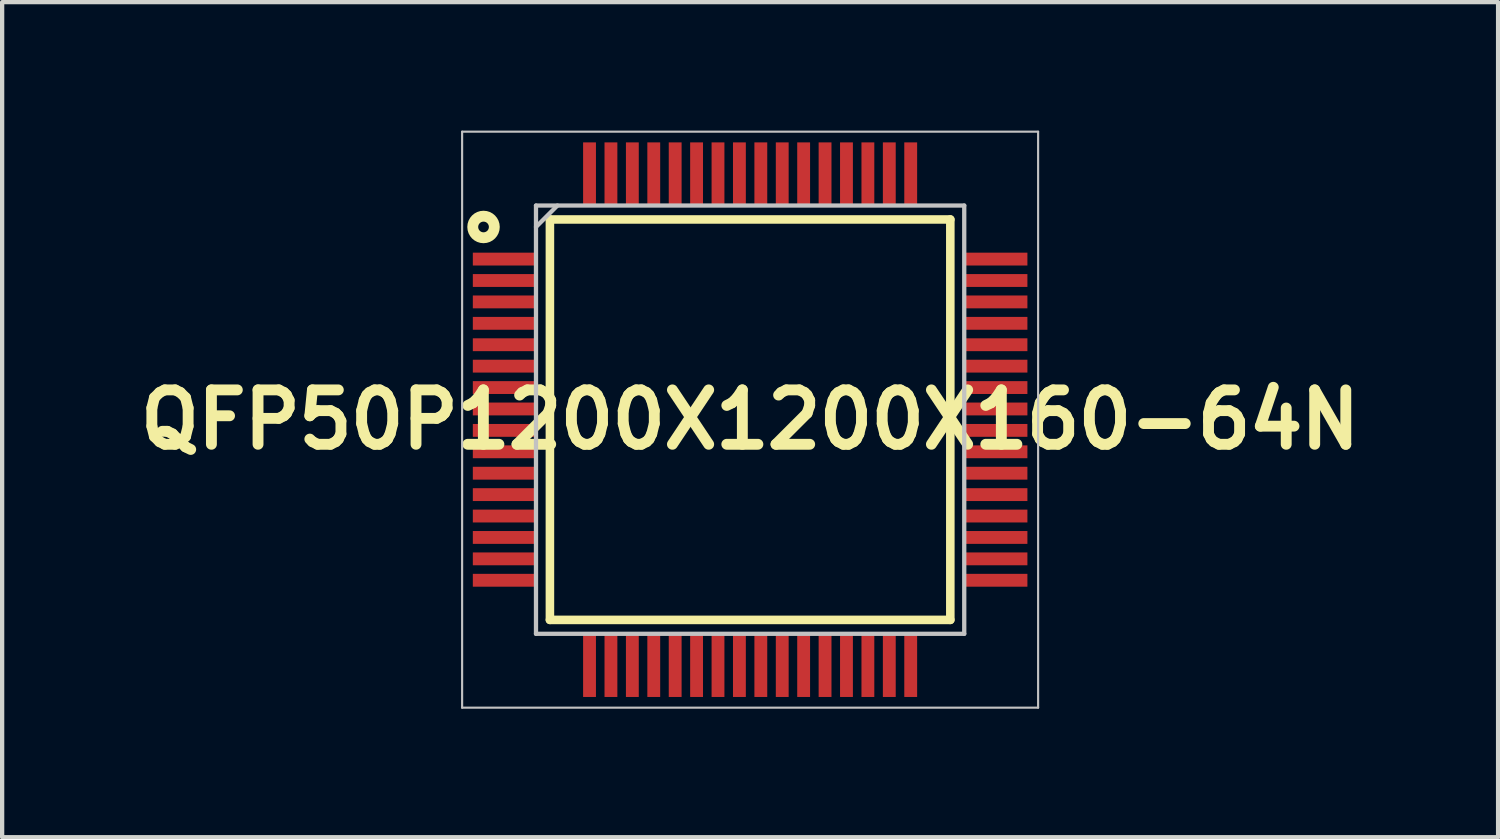
<source format=kicad_pcb>
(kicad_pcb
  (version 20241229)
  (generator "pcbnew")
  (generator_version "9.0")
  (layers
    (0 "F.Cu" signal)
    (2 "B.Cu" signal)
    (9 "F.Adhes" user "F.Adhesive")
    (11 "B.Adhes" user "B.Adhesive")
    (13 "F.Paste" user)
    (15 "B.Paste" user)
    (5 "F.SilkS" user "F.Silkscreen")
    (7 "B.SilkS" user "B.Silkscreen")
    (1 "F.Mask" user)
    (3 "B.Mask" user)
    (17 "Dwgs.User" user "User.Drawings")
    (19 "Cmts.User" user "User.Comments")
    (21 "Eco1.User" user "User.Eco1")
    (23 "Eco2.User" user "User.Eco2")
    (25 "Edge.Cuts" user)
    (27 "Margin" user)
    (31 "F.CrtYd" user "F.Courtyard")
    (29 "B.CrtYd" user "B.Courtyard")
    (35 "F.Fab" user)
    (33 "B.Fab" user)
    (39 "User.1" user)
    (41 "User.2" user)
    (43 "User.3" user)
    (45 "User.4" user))
  (footprint "QFP50P1200X1200X160-64N"
    (layer "F.Cu")
    (at 14.466 6.75)
    (property "Reference" "QFP50P1200X1200X160-64N" (at 0 0 0) (layer "F.SilkS") (effects (font (size 1.27 1.27) (thickness 0.254))))
    (attr smd)
    (fp_line (start -4.675 -4.675) (end 4.675 -4.675) (stroke (width 0.2) (type solid)) (layer "F.SilkS"))
    (fp_line (start -4.675 4.675) (end -4.675 -4.675) (stroke (width 0.2) (type solid)) (layer "F.SilkS"))
    (fp_line (start 4.675 -4.675) (end 4.675 4.675) (stroke (width 0.2) (type solid)) (layer "F.SilkS"))
    (fp_line (start 4.675 4.675) (end -4.675 4.675) (stroke (width 0.2) (type solid)) (layer "F.SilkS"))
    (fp_circle (center -6.225 -4.5) (end -6.35 -4.5) (stroke (width 0.254) (type solid)) (fill no) (layer "F.SilkS"))
    (fp_line (start -6.725 -6.725) (end 6.725 -6.725) (stroke (width 0.05) (type solid)) (layer "Dwgs.User"))
    (fp_line (start -6.725 6.725) (end -6.725 -6.725) (stroke (width 0.05) (type solid)) (layer "Dwgs.User"))
    (fp_line (start -5 -5) (end 5 -5) (stroke (width 0.1) (type solid)) (layer "Dwgs.User"))
    (fp_line (start -5 -4.5) (end -4.5 -5) (stroke (width 0.1) (type solid)) (layer "Dwgs.User"))
    (fp_line (start -5 5) (end -5 -5) (stroke (width 0.1) (type solid)) (layer "Dwgs.User"))
    (fp_line (start 5 -5) (end 5 5) (stroke (width 0.1) (type solid)) (layer "Dwgs.User"))
    (fp_line (start 5 5) (end -5 5) (stroke (width 0.1) (type solid)) (layer "Dwgs.User"))
    (fp_line (start 6.725 -6.725) (end 6.725 6.725) (stroke (width 0.05) (type solid)) (layer "Dwgs.User"))
    (fp_line (start 6.725 6.725) (end -6.725 6.725) (stroke (width 0.05) (type solid)) (layer "Dwgs.User"))
    (pad "1" smd rect (at -5.75 -3.75 90) (size 0.3 1.45) (layers "F.Cu" "F.Mask" "F.Paste"))
    (pad "2" smd rect (at -5.75 -3.25 90) (size 0.3 1.45) (layers "F.Cu" "F.Mask" "F.Paste"))
    (pad "3" smd rect (at -5.75 -2.75 90) (size 0.3 1.45) (layers "F.Cu" "F.Mask" "F.Paste"))
    (pad "4" smd rect (at -5.75 -2.25 90) (size 0.3 1.45) (layers "F.Cu" "F.Mask" "F.Paste"))
    (pad "5" smd rect (at -5.75 -1.75 90) (size 0.3 1.45) (layers "F.Cu" "F.Mask" "F.Paste"))
    (pad "6" smd rect (at -5.75 -1.25 90) (size 0.3 1.45) (layers "F.Cu" "F.Mask" "F.Paste"))
    (pad "7" smd rect (at -5.75 -0.75 90) (size 0.3 1.45) (layers "F.Cu" "F.Mask" "F.Paste"))
    (pad "8" smd rect (at -5.75 -0.25 90) (size 0.3 1.45) (layers "F.Cu" "F.Mask" "F.Paste"))
    (pad "9" smd rect (at -5.75 0.25 90) (size 0.3 1.45) (layers "F.Cu" "F.Mask" "F.Paste"))
    (pad "10" smd rect (at -5.75 0.75 90) (size 0.3 1.45) (layers "F.Cu" "F.Mask" "F.Paste"))
    (pad "11" smd rect (at -5.75 1.25 90) (size 0.3 1.45) (layers "F.Cu" "F.Mask" "F.Paste"))
    (pad "12" smd rect (at -5.75 1.75 90) (size 0.3 1.45) (layers "F.Cu" "F.Mask" "F.Paste"))
    (pad "13" smd rect (at -5.75 2.25 90) (size 0.3 1.45) (layers "F.Cu" "F.Mask" "F.Paste"))
    (pad "14" smd rect (at -5.75 2.75 90) (size 0.3 1.45) (layers "F.Cu" "F.Mask" "F.Paste"))
    (pad "15" smd rect (at -5.75 3.25 90) (size 0.3 1.45) (layers "F.Cu" "F.Mask" "F.Paste"))
    (pad "16" smd rect (at -5.75 3.75 90) (size 0.3 1.45) (layers "F.Cu" "F.Mask" "F.Paste"))
    (pad "17" smd rect (at -3.75 5.75) (size 0.3 1.45) (layers "F.Cu" "F.Mask" "F.Paste"))
    (pad "18" smd rect (at -3.25 5.75) (size 0.3 1.45) (layers "F.Cu" "F.Mask" "F.Paste"))
    (pad "19" smd rect (at -2.75 5.75) (size 0.3 1.45) (layers "F.Cu" "F.Mask" "F.Paste"))
    (pad "20" smd rect (at -2.25 5.75) (size 0.3 1.45) (layers "F.Cu" "F.Mask" "F.Paste"))
    (pad "21" smd rect (at -1.75 5.75) (size 0.3 1.45) (layers "F.Cu" "F.Mask" "F.Paste"))
    (pad "22" smd rect (at -1.25 5.75) (size 0.3 1.45) (layers "F.Cu" "F.Mask" "F.Paste"))
    (pad "23" smd rect (at -0.75 5.75) (size 0.3 1.45) (layers "F.Cu" "F.Mask" "F.Paste"))
    (pad "24" smd rect (at -0.25 5.75) (size 0.3 1.45) (layers "F.Cu" "F.Mask" "F.Paste"))
    (pad "25" smd rect (at 0.25 5.75) (size 0.3 1.45) (layers "F.Cu" "F.Mask" "F.Paste"))
    (pad "26" smd rect (at 0.75 5.75) (size 0.3 1.45) (layers "F.Cu" "F.Mask" "F.Paste"))
    (pad "27" smd rect (at 1.25 5.75) (size 0.3 1.45) (layers "F.Cu" "F.Mask" "F.Paste"))
    (pad "28" smd rect (at 1.75 5.75) (size 0.3 1.45) (layers "F.Cu" "F.Mask" "F.Paste"))
    (pad "29" smd rect (at 2.25 5.75) (size 0.3 1.45) (layers "F.Cu" "F.Mask" "F.Paste"))
    (pad "30" smd rect (at 2.75 5.75) (size 0.3 1.45) (layers "F.Cu" "F.Mask" "F.Paste"))
    (pad "31" smd rect (at 3.25 5.75) (size 0.3 1.45) (layers "F.Cu" "F.Mask" "F.Paste"))
    (pad "32" smd rect (at 3.75 5.75) (size 0.3 1.45) (layers "F.Cu" "F.Mask" "F.Paste"))
    (pad "33" smd rect (at 5.75 3.75 90) (size 0.3 1.45) (layers "F.Cu" "F.Mask" "F.Paste"))
    (pad "34" smd rect (at 5.75 3.25 90) (size 0.3 1.45) (layers "F.Cu" "F.Mask" "F.Paste"))
    (pad "35" smd rect (at 5.75 2.75 90) (size 0.3 1.45) (layers "F.Cu" "F.Mask" "F.Paste"))
    (pad "36" smd rect (at 5.75 2.25 90) (size 0.3 1.45) (layers "F.Cu" "F.Mask" "F.Paste"))
    (pad "37" smd rect (at 5.75 1.75 90) (size 0.3 1.45) (layers "F.Cu" "F.Mask" "F.Paste"))
    (pad "38" smd rect (at 5.75 1.25 90) (size 0.3 1.45) (layers "F.Cu" "F.Mask" "F.Paste"))
    (pad "39" smd rect (at 5.75 0.75 90) (size 0.3 1.45) (layers "F.Cu" "F.Mask" "F.Paste"))
    (pad "40" smd rect (at 5.75 0.25 90) (size 0.3 1.45) (layers "F.Cu" "F.Mask" "F.Paste"))
    (pad "41" smd rect (at 5.75 -0.25 90) (size 0.3 1.45) (layers "F.Cu" "F.Mask" "F.Paste"))
    (pad "42" smd rect (at 5.75 -0.75 90) (size 0.3 1.45) (layers "F.Cu" "F.Mask" "F.Paste"))
    (pad "43" smd rect (at 5.75 -1.25 90) (size 0.3 1.45) (layers "F.Cu" "F.Mask" "F.Paste"))
    (pad "44" smd rect (at 5.75 -1.75 90) (size 0.3 1.45) (layers "F.Cu" "F.Mask" "F.Paste"))
    (pad "45" smd rect (at 5.75 -2.25 90) (size 0.3 1.45) (layers "F.Cu" "F.Mask" "F.Paste"))
    (pad "46" smd rect (at 5.75 -2.75 90) (size 0.3 1.45) (layers "F.Cu" "F.Mask" "F.Paste"))
    (pad "47" smd rect (at 5.75 -3.25 90) (size 0.3 1.45) (layers "F.Cu" "F.Mask" "F.Paste"))
    (pad "48" smd rect (at 5.75 -3.75 90) (size 0.3 1.45) (layers "F.Cu" "F.Mask" "F.Paste"))
    (pad "49" smd rect (at 3.75 -5.75) (size 0.3 1.45) (layers "F.Cu" "F.Mask" "F.Paste"))
    (pad "50" smd rect (at 3.25 -5.75) (size 0.3 1.45) (layers "F.Cu" "F.Mask" "F.Paste"))
    (pad "51" smd rect (at 2.75 -5.75) (size 0.3 1.45) (layers "F.Cu" "F.Mask" "F.Paste"))
    (pad "52" smd rect (at 2.25 -5.75) (size 0.3 1.45) (layers "F.Cu" "F.Mask" "F.Paste"))
    (pad "53" smd rect (at 1.75 -5.75) (size 0.3 1.45) (layers "F.Cu" "F.Mask" "F.Paste"))
    (pad "54" smd rect (at 1.25 -5.75) (size 0.3 1.45) (layers "F.Cu" "F.Mask" "F.Paste"))
    (pad "55" smd rect (at 0.75 -5.75) (size 0.3 1.45) (layers "F.Cu" "F.Mask" "F.Paste"))
    (pad "56" smd rect (at 0.25 -5.75) (size 0.3 1.45) (layers "F.Cu" "F.Mask" "F.Paste"))
    (pad "57" smd rect (at -0.25 -5.75) (size 0.3 1.45) (layers "F.Cu" "F.Mask" "F.Paste"))
    (pad "58" smd rect (at -0.75 -5.75) (size 0.3 1.45) (layers "F.Cu" "F.Mask" "F.Paste"))
    (pad "59" smd rect (at -1.25 -5.75) (size 0.3 1.45) (layers "F.Cu" "F.Mask" "F.Paste"))
    (pad "60" smd rect (at -1.75 -5.75) (size 0.3 1.45) (layers "F.Cu" "F.Mask" "F.Paste"))
    (pad "61" smd rect (at -2.25 -5.75) (size 0.3 1.45) (layers "F.Cu" "F.Mask" "F.Paste"))
    (pad "62" smd rect (at -2.75 -5.75) (size 0.3 1.45) (layers "F.Cu" "F.Mask" "F.Paste"))
    (pad "63" smd rect (at -3.25 -5.75) (size 0.3 1.45) (layers "F.Cu" "F.Mask" "F.Paste"))
    (pad "64" smd rect (at -3.75 -5.75) (size 0.3 1.45) (layers "F.Cu" "F.Mask" "F.Paste")))
  (gr_rect
    (start -3 -3)
    (end 31.932 16.5)
    (stroke (width 0.1) (type default))
    (fill no)
    (layer "Edge.Cuts")))
</source>
